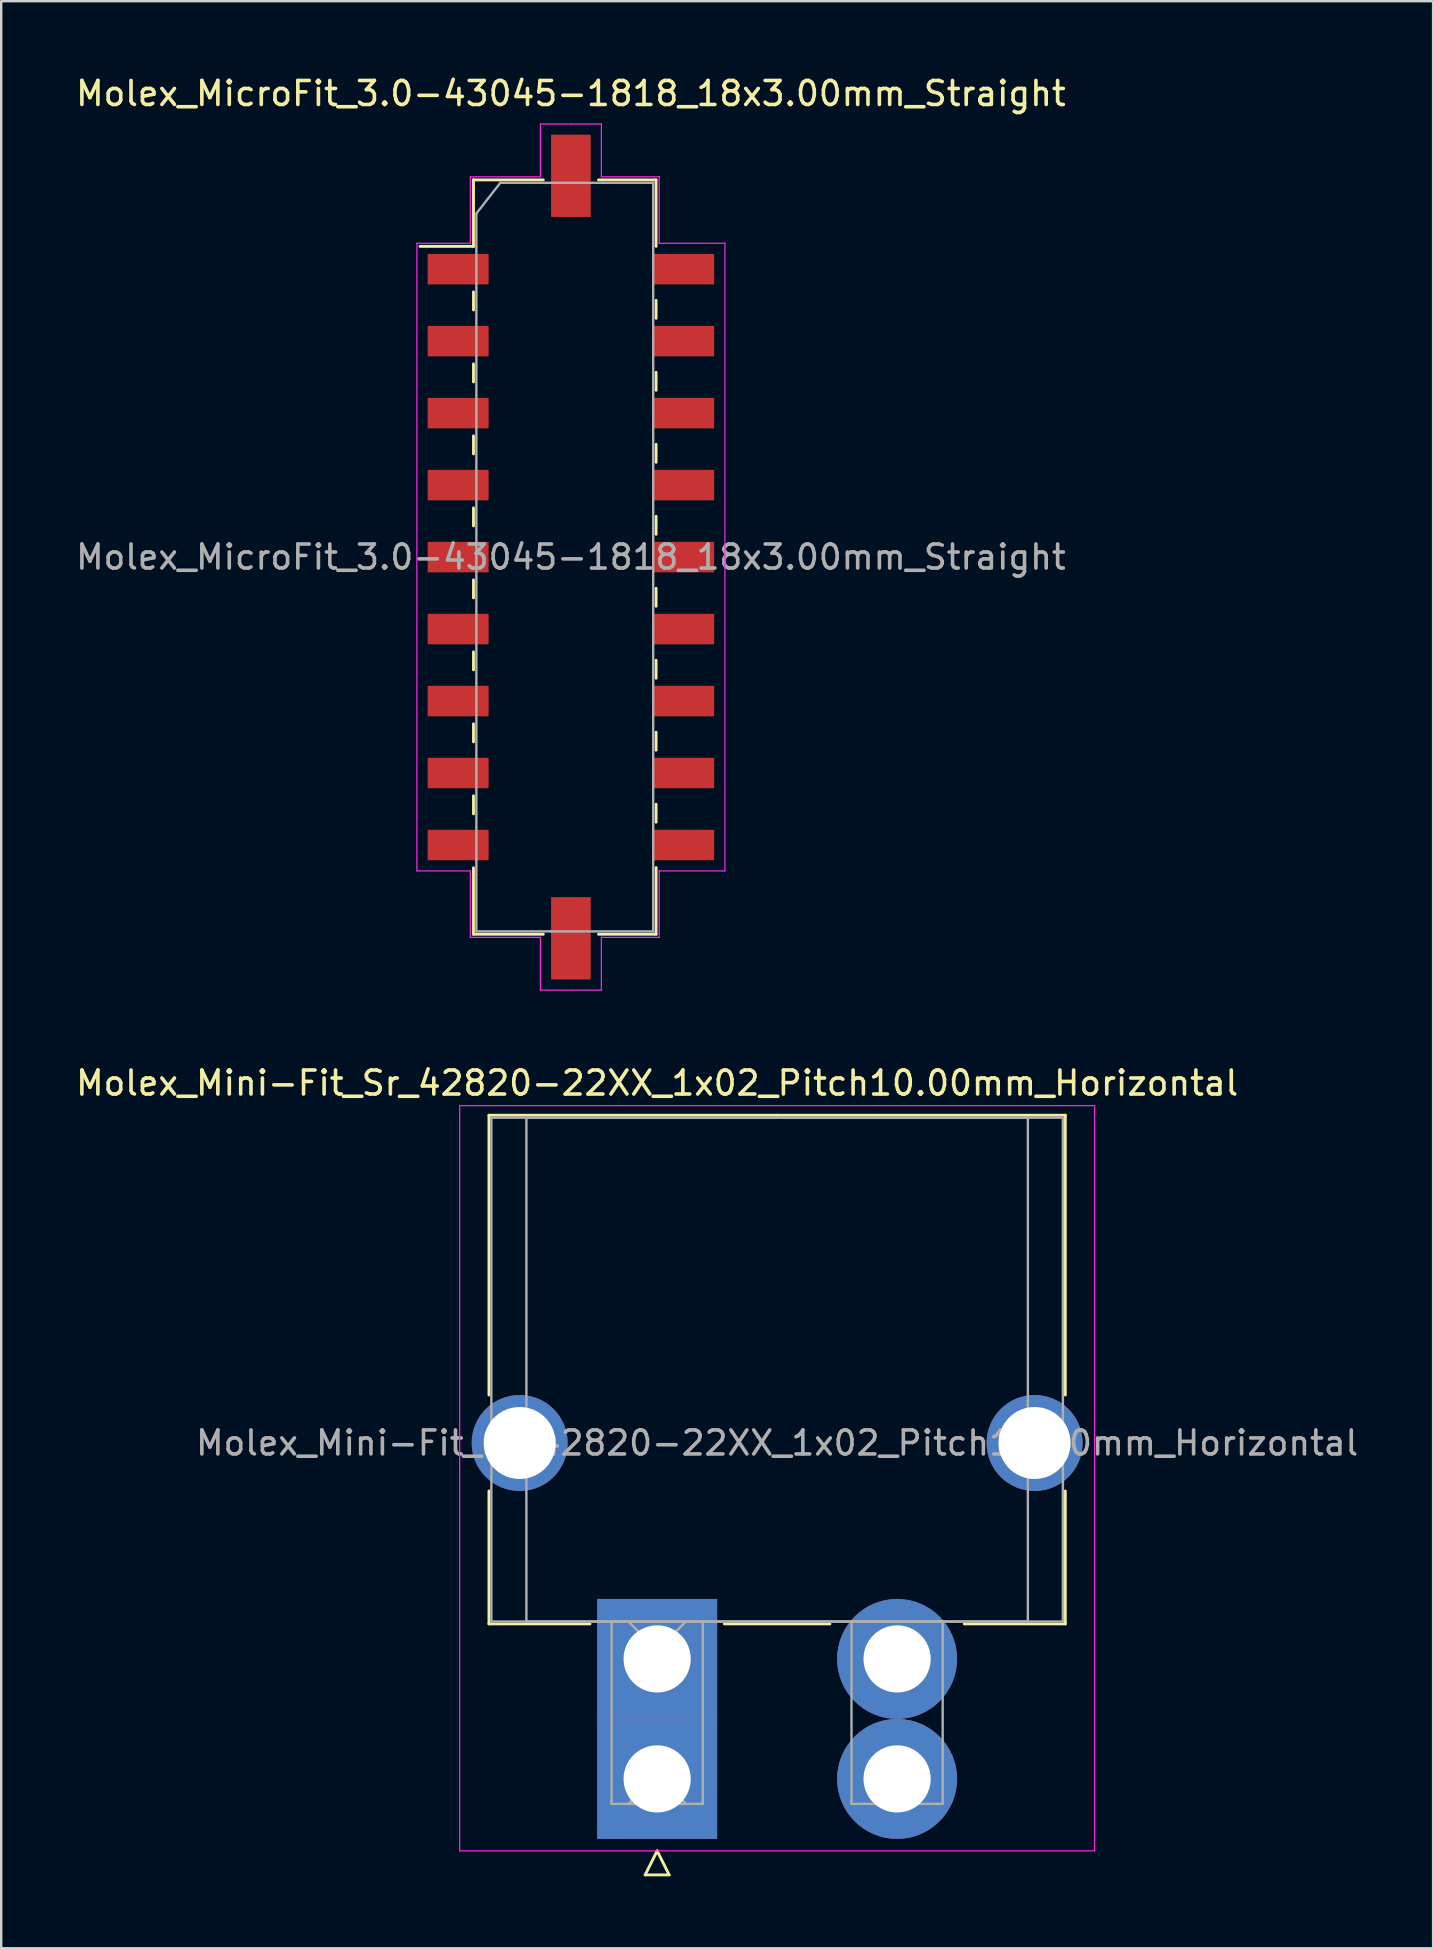
<source format=kicad_pcb>
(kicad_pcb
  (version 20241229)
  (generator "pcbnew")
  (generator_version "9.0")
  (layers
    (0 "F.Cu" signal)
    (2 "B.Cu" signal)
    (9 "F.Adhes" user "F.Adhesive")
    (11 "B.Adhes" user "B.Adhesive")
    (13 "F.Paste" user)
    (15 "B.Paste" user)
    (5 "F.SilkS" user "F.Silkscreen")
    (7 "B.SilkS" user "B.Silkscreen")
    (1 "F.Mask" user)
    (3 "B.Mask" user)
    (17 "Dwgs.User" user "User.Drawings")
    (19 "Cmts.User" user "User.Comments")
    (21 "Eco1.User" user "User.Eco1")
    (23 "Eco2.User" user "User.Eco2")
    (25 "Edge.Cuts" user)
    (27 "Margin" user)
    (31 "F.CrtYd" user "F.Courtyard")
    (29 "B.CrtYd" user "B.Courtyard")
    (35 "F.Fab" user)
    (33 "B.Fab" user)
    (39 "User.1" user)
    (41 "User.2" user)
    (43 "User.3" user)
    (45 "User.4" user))
  (footprint "Molex_MicroFit_3.0-43045-1818_18x3.00mm_Straight"
    (layer "F.Cu")
    (at 20.744 20.168)
    (property "Reference" "Molex_MicroFit_3.0-43045-1818_18x3.00mm_Straight" (at 0 -19.32 0) (layer "F.SilkS") (effects (font (size 1 1) (thickness 0.15))))
    (attr smd)
    (fp_line (start -6.29 -12.95) (end -4.06 -12.95) (stroke (width 0.12) (type solid)) (layer "F.SilkS"))
    (fp_line (start -4.06 -15.72) (end -4.06 -15.72) (stroke (width 0.12) (type solid)) (layer "F.SilkS"))
    (fp_line (start -4.06 -15.72) (end -1.15 -15.72) (stroke (width 0.12) (type solid)) (layer "F.SilkS"))
    (fp_line (start -4.06 -12.95) (end -4.06 -15.72) (stroke (width 0.12) (type solid)) (layer "F.SilkS"))
    (fp_line (start -4.06 -11.05) (end -4.06 -10.3) (stroke (width 0.12) (type solid)) (layer "F.SilkS"))
    (fp_line (start -4.06 -8.05) (end -4.06 -7.3) (stroke (width 0.12) (type solid)) (layer "F.SilkS"))
    (fp_line (start -4.06 -5.05) (end -4.06 -4.3) (stroke (width 0.12) (type solid)) (layer "F.SilkS"))
    (fp_line (start -4.06 -2.05) (end -4.06 -1.3) (stroke (width 0.12) (type solid)) (layer "F.SilkS"))
    (fp_line (start -4.06 0.95) (end -4.06 1.7) (stroke (width 0.12) (type solid)) (layer "F.SilkS"))
    (fp_line (start -4.06 3.95) (end -4.06 4.7) (stroke (width 0.12) (type solid)) (layer "F.SilkS"))
    (fp_line (start -4.06 6.95) (end -4.06 7.7) (stroke (width 0.12) (type solid)) (layer "F.SilkS"))
    (fp_line (start -4.06 9.95) (end -4.06 10.7) (stroke (width 0.12) (type solid)) (layer "F.SilkS"))
    (fp_line (start -4.06 15.72) (end -4.06 12.95) (stroke (width 0.12) (type solid)) (layer "F.SilkS"))
    (fp_line (start -1.15 15.72) (end -4.06 15.72) (stroke (width 0.12) (type solid)) (layer "F.SilkS"))
    (fp_line (start 1.15 -15.72) (end 3.55 -15.72) (stroke (width 0.12) (type solid)) (layer "F.SilkS"))
    (fp_line (start 3.55 -15.72) (end 3.55 -12.95) (stroke (width 0.12) (type solid)) (layer "F.SilkS"))
    (fp_line (start 3.55 -9.95) (end 3.55 -10.7) (stroke (width 0.12) (type solid)) (layer "F.SilkS"))
    (fp_line (start 3.55 -6.95) (end 3.55 -7.7) (stroke (width 0.12) (type solid)) (layer "F.SilkS"))
    (fp_line (start 3.55 -3.95) (end 3.55 -4.7) (stroke (width 0.12) (type solid)) (layer "F.SilkS"))
    (fp_line (start 3.55 -0.95) (end 3.55 -1.7) (stroke (width 0.12) (type solid)) (layer "F.SilkS"))
    (fp_line (start 3.55 2.05) (end 3.55 1.3) (stroke (width 0.12) (type solid)) (layer "F.SilkS"))
    (fp_line (start 3.55 5.05) (end 3.55 4.3) (stroke (width 0.12) (type solid)) (layer "F.SilkS"))
    (fp_line (start 3.55 8.05) (end 3.55 7.3) (stroke (width 0.12) (type solid)) (layer "F.SilkS"))
    (fp_line (start 3.55 11.05) (end 3.55 10.3) (stroke (width 0.12) (type solid)) (layer "F.SilkS"))
    (fp_line (start 3.55 12.95) (end 3.55 12.95) (stroke (width 0.12) (type solid)) (layer "F.SilkS"))
    (fp_line (start 3.55 12.95) (end 3.55 15.72) (stroke (width 0.12) (type solid)) (layer "F.SilkS"))
    (fp_line (start 3.55 15.72) (end 1.15 15.72) (stroke (width 0.12) (type solid)) (layer "F.SilkS"))
    (fp_line (start -6.42 -13.08) (end -4.19 -13.08) (stroke (width 0.05) (type solid)) (layer "F.CrtYd"))
    (fp_line (start -6.42 13.08) (end -6.42 -13.08) (stroke (width 0.05) (type solid)) (layer "F.CrtYd"))
    (fp_line (start -4.19 -15.85) (end -4.19 -15.85) (stroke (width 0.05) (type solid)) (layer "F.CrtYd"))
    (fp_line (start -4.19 -15.85) (end -1.27 -15.85) (stroke (width 0.05) (type solid)) (layer "F.CrtYd"))
    (fp_line (start -4.19 -13.08) (end -4.19 -15.85) (stroke (width 0.05) (type solid)) (layer "F.CrtYd"))
    (fp_line (start -4.19 13.08) (end -6.42 13.08) (stroke (width 0.05) (type solid)) (layer "F.CrtYd"))
    (fp_line (start -4.19 15.85) (end -4.19 13.08) (stroke (width 0.05) (type solid)) (layer "F.CrtYd"))
    (fp_line (start -1.27 -18.05) (end 0 -18.05) (stroke (width 0.05) (type solid)) (layer "F.CrtYd"))
    (fp_line (start -1.27 -15.85) (end -1.27 -18.05) (stroke (width 0.05) (type solid)) (layer "F.CrtYd"))
    (fp_line (start -1.27 15.85) (end -4.19 15.85) (stroke (width 0.05) (type solid)) (layer "F.CrtYd"))
    (fp_line (start -1.27 18.05) (end -1.27 15.85) (stroke (width 0.05) (type solid)) (layer "F.CrtYd"))
    (fp_line (start 0 -18.05) (end 1.27 -18.05) (stroke (width 0.05) (type solid)) (layer "F.CrtYd"))
    (fp_line (start 0 18.05) (end -1.27 18.05) (stroke (width 0.05) (type solid)) (layer "F.CrtYd"))
    (fp_line (start 1.27 -18.05) (end 1.27 -15.85) (stroke (width 0.05) (type solid)) (layer "F.CrtYd"))
    (fp_line (start 1.27 -15.85) (end 3.68 -15.85) (stroke (width 0.05) (type solid)) (layer "F.CrtYd"))
    (fp_line (start 1.27 15.85) (end 1.27 18.05) (stroke (width 0.05) (type solid)) (layer "F.CrtYd"))
    (fp_line (start 1.27 18.05) (end 0 18.05) (stroke (width 0.05) (type solid)) (layer "F.CrtYd"))
    (fp_line (start 3.68 -15.85) (end 3.68 -13.08) (stroke (width 0.05) (type solid)) (layer "F.CrtYd"))
    (fp_line (start 3.68 -13.08) (end 6.42 -13.08) (stroke (width 0.05) (type solid)) (layer "F.CrtYd"))
    (fp_line (start 3.68 13.08) (end 3.68 13.08) (stroke (width 0.05) (type solid)) (layer "F.CrtYd"))
    (fp_line (start 3.68 13.08) (end 3.68 15.85) (stroke (width 0.05) (type solid)) (layer "F.CrtYd"))
    (fp_line (start 3.68 15.85) (end 1.27 15.85) (stroke (width 0.05) (type solid)) (layer "F.CrtYd"))
    (fp_line (start 6.42 -13.08) (end 6.42 13.08) (stroke (width 0.05) (type solid)) (layer "F.CrtYd"))
    (fp_line (start 6.42 13.08) (end 3.68 13.08) (stroke (width 0.05) (type solid)) (layer "F.CrtYd"))
    (fp_line (start -3.94 -14.32) (end -2.94 -15.6) (stroke (width 0.1) (type solid)) (layer "F.Fab"))
    (fp_line (start -3.94 12.63) (end -3.94 -14.32) (stroke (width 0.1) (type solid)) (layer "F.Fab"))
    (fp_line (start -3.94 15.6) (end -3.94 12.63) (stroke (width 0.1) (type solid)) (layer "F.Fab"))
    (fp_line (start -2.94 -15.6) (end 0 -15.6) (stroke (width 0.1) (type solid)) (layer "F.Fab"))
    (fp_line (start -0.82 15.6) (end -3.94 15.6) (stroke (width 0.1) (type solid)) (layer "F.Fab"))
    (fp_line (start 0 -15.6) (end 3.43 -15.6) (stroke (width 0.1) (type solid)) (layer "F.Fab"))
    (fp_line (start 3.43 -15.6) (end 3.43 -12.63) (stroke (width 0.1) (type solid)) (layer "F.Fab"))
    (fp_line (start 3.43 -12.63) (end 3.43 12.63) (stroke (width 0.1) (type solid)) (layer "F.Fab"))
    (fp_line (start 3.43 12.63) (end 3.43 15.6) (stroke (width 0.1) (type solid)) (layer "F.Fab"))
    (fp_line (start 3.43 15.6) (end -0.82 15.6) (stroke (width 0.1) (type solid)) (layer "F.Fab"))
    (fp_text user "${REFERENCE}" (at 0 0 0) (layer "F.Fab") (effects (font (size 1 1) (thickness 0.15))))
    (pad "" smd rect (at 0 -15.89) (size 1.65 3.43) (layers "F.Cu" "F.Mask" "F.Paste"))
    (pad "" smd rect (at 0 15.89) (size 1.65 3.43) (layers "F.Cu" "F.Mask" "F.Paste"))
    (pad "1" smd rect (at -4.7 -12) (size 2.54 1.27) (layers "F.Cu" "F.Mask" "F.Paste"))
    (pad "2" smd rect (at -4.7 -9) (size 2.54 1.27) (layers "F.Cu" "F.Mask" "F.Paste"))
    (pad "3" smd rect (at -4.7 -6) (size 2.54 1.27) (layers "F.Cu" "F.Mask" "F.Paste"))
    (pad "4" smd rect (at -4.7 -3) (size 2.54 1.27) (layers "F.Cu" "F.Mask" "F.Paste"))
    (pad "5" smd rect (at -4.7 0) (size 2.54 1.27) (layers "F.Cu" "F.Mask" "F.Paste"))
    (pad "6" smd rect (at -4.7 3) (size 2.54 1.27) (layers "F.Cu" "F.Mask" "F.Paste"))
    (pad "7" smd rect (at -4.7 6) (size 2.54 1.27) (layers "F.Cu" "F.Mask" "F.Paste"))
    (pad "8" smd rect (at -4.7 9) (size 2.54 1.27) (layers "F.Cu" "F.Mask" "F.Paste"))
    (pad "9" smd rect (at -4.7 12) (size 2.54 1.27) (layers "F.Cu" "F.Mask" "F.Paste"))
    (pad "10" smd rect (at 4.7 12) (size 2.54 1.27) (layers "F.Cu" "F.Mask" "F.Paste"))
    (pad "11" smd rect (at 4.7 9) (size 2.54 1.27) (layers "F.Cu" "F.Mask" "F.Paste"))
    (pad "12" smd rect (at 4.7 6) (size 2.54 1.27) (layers "F.Cu" "F.Mask" "F.Paste"))
    (pad "13" smd rect (at 4.7 3) (size 2.54 1.27) (layers "F.Cu" "F.Mask" "F.Paste"))
    (pad "14" smd rect (at 4.7 0) (size 2.54 1.27) (layers "F.Cu" "F.Mask" "F.Paste"))
    (pad "15" smd rect (at 4.7 -3) (size 2.54 1.27) (layers "F.Cu" "F.Mask" "F.Paste"))
    (pad "16" smd rect (at 4.7 -6) (size 2.54 1.27) (layers "F.Cu" "F.Mask" "F.Paste"))
    (pad "17" smd rect (at 4.7 -9) (size 2.54 1.27) (layers "F.Cu" "F.Mask" "F.Paste"))
    (pad "18" smd rect (at 4.7 -12) (size 2.54 1.27) (layers "F.Cu" "F.Mask" "F.Paste")))
  (footprint "Molex_Mini-Fit_Sr_42820-22XX_1x02_Pitch10.00mm_Horizontal"
    (layer "F.Cu")
    (at 24.339 66.091)
    (property "Reference" "Molex_Mini-Fit_Sr_42820-22XX_1x02_Pitch10.00mm_Horizontal" (at 0 -24 0) (layer "F.SilkS") (effects (font (size 1 1) (thickness 0.15))))
    (attr through_hole)
    (fp_line (start -7.01 -22.66) (end -7.01 -11) (stroke (width 0.12) (type solid)) (layer "F.SilkS"))
    (fp_line (start -7.01 -7) (end -7.01 -1.46) (stroke (width 0.12) (type solid)) (layer "F.SilkS"))
    (fp_line (start -7.01 -1.46) (end -2.8 -1.46) (stroke (width 0.12) (type solid)) (layer "F.SilkS"))
    (fp_line (start -0.5 9) (end 0 8) (stroke (width 0.12) (type solid)) (layer "F.SilkS"))
    (fp_line (start 0 8) (end 0.5 9) (stroke (width 0.12) (type solid)) (layer "F.SilkS"))
    (fp_line (start 0.5 9) (end -0.5 9) (stroke (width 0.12) (type solid)) (layer "F.SilkS"))
    (fp_line (start 2.8 -1.46) (end 7.2 -1.46) (stroke (width 0.12) (type solid)) (layer "F.SilkS"))
    (fp_line (start 5 -22.66) (end -7.01 -22.66) (stroke (width 0.12) (type solid)) (layer "F.SilkS"))
    (fp_line (start 5 -22.66) (end 17.01 -22.66) (stroke (width 0.12) (type solid)) (layer "F.SilkS"))
    (fp_line (start 17.01 -22.66) (end 17.01 -11) (stroke (width 0.12) (type solid)) (layer "F.SilkS"))
    (fp_line (start 17.01 -7) (end 17.01 -1.46) (stroke (width 0.12) (type solid)) (layer "F.SilkS"))
    (fp_line (start 17.01 -1.46) (end 12.8 -1.46) (stroke (width 0.12) (type solid)) (layer "F.SilkS"))
    (fp_line (start -8.23 -23.06) (end -8.23 8) (stroke (width 0.05) (type solid)) (layer "F.CrtYd"))
    (fp_line (start -8.23 8) (end 18.23 8) (stroke (width 0.05) (type solid)) (layer "F.CrtYd"))
    (fp_line (start 18.23 -23.06) (end -8.23 -23.06) (stroke (width 0.05) (type solid)) (layer "F.CrtYd"))
    (fp_line (start 18.23 8) (end 18.23 -23.06) (stroke (width 0.05) (type solid)) (layer "F.CrtYd"))
    (fp_line (start -6.91 -22.56) (end -6.91 -1.56) (stroke (width 0.1) (type solid)) (layer "F.Fab"))
    (fp_line (start -6.91 -1.56) (end 16.91 -1.56) (stroke (width 0.1) (type solid)) (layer "F.Fab"))
    (fp_line (start -5.45 -22.56) (end -5.45 -1.56) (stroke (width 0.1) (type solid)) (layer "F.Fab"))
    (fp_line (start -5.45 -1.56) (end 15.45 -1.56) (stroke (width 0.1) (type solid)) (layer "F.Fab"))
    (fp_line (start -1.9 -1.56) (end -1.9 6.04) (stroke (width 0.1) (type solid)) (layer "F.Fab"))
    (fp_line (start -1.9 6.04) (end 1.9 6.04) (stroke (width 0.1) (type solid)) (layer "F.Fab"))
    (fp_line (start -1.2 -1.56) (end 0 -0.36) (stroke (width 0.1) (type solid)) (layer "F.Fab"))
    (fp_line (start -1.2 6.04) (end 0 4.84) (stroke (width 0.1) (type solid)) (layer "F.Fab"))
    (fp_line (start 0 -0.36) (end 1.2 -1.56) (stroke (width 0.1) (type solid)) (layer "F.Fab"))
    (fp_line (start 0 4.84) (end 1.2 6.04) (stroke (width 0.1) (type solid)) (layer "F.Fab"))
    (fp_line (start 1.2 -1.56) (end -1.2 -1.56) (stroke (width 0.1) (type solid)) (layer "F.Fab"))
    (fp_line (start 1.2 6.04) (end -1.2 6.04) (stroke (width 0.1) (type solid)) (layer "F.Fab"))
    (fp_line (start 1.9 -1.56) (end -1.9 -1.56) (stroke (width 0.1) (type solid)) (layer "F.Fab"))
    (fp_line (start 1.9 6.04) (end 1.9 -1.56) (stroke (width 0.1) (type solid)) (layer "F.Fab"))
    (fp_line (start 8.1 -1.56) (end 8.1 6.04) (stroke (width 0.1) (type solid)) (layer "F.Fab"))
    (fp_line (start 8.1 6.04) (end 11.9 6.04) (stroke (width 0.1) (type solid)) (layer "F.Fab"))
    (fp_line (start 11.9 -1.56) (end 8.1 -1.56) (stroke (width 0.1) (type solid)) (layer "F.Fab"))
    (fp_line (start 11.9 6.04) (end 11.9 -1.56) (stroke (width 0.1) (type solid)) (layer "F.Fab"))
    (fp_line (start 15.45 -22.56) (end -5.45 -22.56) (stroke (width 0.1) (type solid)) (layer "F.Fab"))
    (fp_line (start 15.45 -1.56) (end 15.45 -22.56) (stroke (width 0.1) (type solid)) (layer "F.Fab"))
    (fp_line (start 16.91 -22.56) (end -6.91 -22.56) (stroke (width 0.1) (type solid)) (layer "F.Fab"))
    (fp_line (start 16.91 -1.56) (end 16.91 -22.56) (stroke (width 0.1) (type solid)) (layer "F.Fab"))
    (fp_text user "${REFERENCE}" (at 5 -9 0) (layer "F.Fab") (effects (font (size 1 1) (thickness 0.15))))
    (pad "" thru_hole circle (at -5.73 -9) (size 4 4) (drill 3) (layers "*.Cu" "*.Mask"))
    (pad "" thru_hole circle (at 15.73 -9) (size 4 4) (drill 3) (layers "*.Cu" "*.Mask"))
    (pad "1" thru_hole rect (at 0 0) (size 5 5) (drill 2.8) (layers "*.Cu" "*.Mask"))
    (pad "1" thru_hole rect (at 0 5) (size 5 5) (drill 2.8) (layers "*.Cu" "*.Mask"))
    (pad "2" thru_hole circle (at 10 0) (size 5 5) (drill 2.8) (layers "*.Cu" "*.Mask"))
    (pad "2" thru_hole circle (at 10 5) (size 5 5) (drill 2.8) (layers "*.Cu" "*.Mask")))
  (gr_rect
    (start -3 -3)
    (end 56.679 78.151)
    (stroke (width 0.1) (type default))
    (fill no)
    (layer "Edge.Cuts")))
</source>
